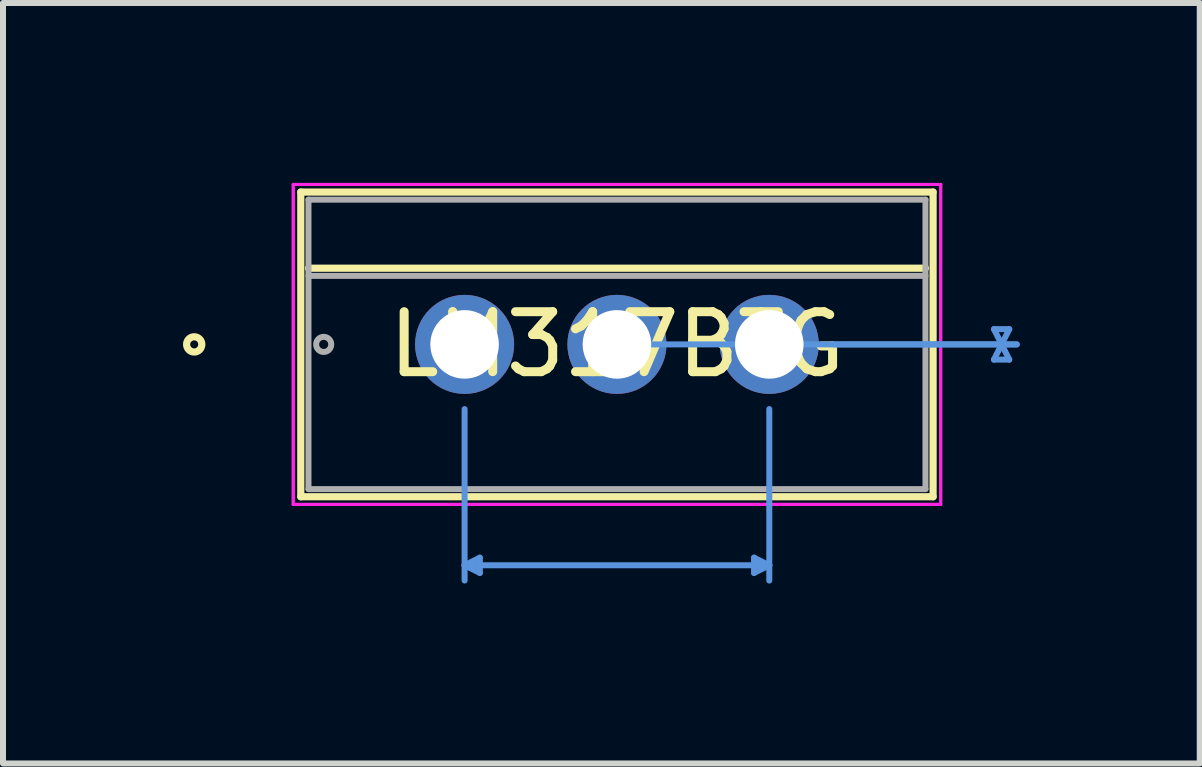
<source format=kicad_pcb>
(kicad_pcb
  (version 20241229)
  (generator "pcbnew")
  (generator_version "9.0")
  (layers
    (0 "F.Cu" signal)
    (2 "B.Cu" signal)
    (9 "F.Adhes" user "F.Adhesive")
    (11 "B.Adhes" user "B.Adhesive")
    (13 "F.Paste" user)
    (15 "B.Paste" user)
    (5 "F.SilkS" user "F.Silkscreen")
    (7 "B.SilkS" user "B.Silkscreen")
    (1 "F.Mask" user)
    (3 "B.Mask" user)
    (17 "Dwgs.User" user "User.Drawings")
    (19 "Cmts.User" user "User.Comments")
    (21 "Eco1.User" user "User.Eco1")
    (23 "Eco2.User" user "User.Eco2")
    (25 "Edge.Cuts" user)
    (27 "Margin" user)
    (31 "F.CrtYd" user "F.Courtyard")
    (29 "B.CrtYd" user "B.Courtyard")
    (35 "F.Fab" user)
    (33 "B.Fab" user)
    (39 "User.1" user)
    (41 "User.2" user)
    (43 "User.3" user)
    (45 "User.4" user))
  (footprint "LM317BTG"
    (layer "F.Cu")
    (at 4.696 2.692)
    (property "Reference" "LM317BTG" (at 2.54 0 0) (layer "F.SilkS") (effects (font (size 1 1) (thickness 0.15))))
    (attr through_hole)
    (fp_line (start -2.731 -2.54) (end -2.731 2.54) (stroke (width 0.12) (type solid)) (layer "F.SilkS"))
    (fp_line (start -2.731 2.54) (end 7.811 2.54) (stroke (width 0.12) (type solid)) (layer "F.SilkS"))
    (fp_line (start -2.603 -1.27) (end 7.684 -1.27) (stroke (width 0.12) (type solid)) (layer "F.SilkS"))
    (fp_line (start 7.811 -2.54) (end -2.731 -2.54) (stroke (width 0.12) (type solid)) (layer "F.SilkS"))
    (fp_line (start 7.811 2.54) (end 7.811 -2.54) (stroke (width 0.12) (type solid)) (layer "F.SilkS"))
    (fp_circle (center -4.508 0) (end -4.381 0) (stroke (width 0.12) (type solid)) (fill no) (layer "F.SilkS"))
    (fp_line (start 0 1.079) (end 0 3.937) (stroke (width 0.1) (type solid)) (layer "Cmts.User"))
    (fp_line (start 0 3.683) (end 0.254 3.556) (stroke (width 0.1) (type solid)) (layer "Cmts.User"))
    (fp_line (start 0.254 3.556) (end 0.254 3.81) (stroke (width 0.1) (type solid)) (layer "Cmts.User"))
    (fp_line (start 0.254 3.81) (end 0 3.683) (stroke (width 0.1) (type solid)) (layer "Cmts.User"))
    (fp_line (start 2.794 0) (end 9.207 0) (stroke (width 0.1) (type solid)) (layer "Cmts.User"))
    (fp_line (start 4.826 3.556) (end 4.826 3.81) (stroke (width 0.1) (type solid)) (layer "Cmts.User"))
    (fp_line (start 4.826 3.81) (end 5.08 3.683) (stroke (width 0.1) (type solid)) (layer "Cmts.User"))
    (fp_line (start 5.08 1.079) (end 5.08 3.937) (stroke (width 0.1) (type solid)) (layer "Cmts.User"))
    (fp_line (start 5.08 3.683) (end 0 3.683) (stroke (width 0.1) (type solid)) (layer "Cmts.User"))
    (fp_line (start 5.08 3.683) (end 4.826 3.556) (stroke (width 0.1) (type solid)) (layer "Cmts.User"))
    (fp_line (start 6.16 0) (end 9.207 0) (stroke (width 0.1) (type solid)) (layer "Cmts.User"))
    (fp_line (start 8.826 -0.254) (end 9.081 -0.254) (stroke (width 0.1) (type solid)) (layer "Cmts.User"))
    (fp_line (start 8.826 0.254) (end 9.081 0.254) (stroke (width 0.1) (type solid)) (layer "Cmts.User"))
    (fp_line (start 8.954 0) (end 8.826 -0.254) (stroke (width 0.1) (type solid)) (layer "Cmts.User"))
    (fp_line (start 8.954 0) (end 8.826 0.254) (stroke (width 0.1) (type solid)) (layer "Cmts.User"))
    (fp_line (start 8.954 0) (end 8.954 0) (stroke (width 0.1) (type solid)) (layer "Cmts.User"))
    (fp_line (start 9.081 -0.254) (end 8.954 0) (stroke (width 0.1) (type solid)) (layer "Cmts.User"))
    (fp_line (start 9.081 0.254) (end 8.954 0) (stroke (width 0.1) (type solid)) (layer "Cmts.User"))
    (fp_line (start -2.857 -2.667) (end -2.857 2.667) (stroke (width 0.05) (type solid)) (layer "F.CrtYd"))
    (fp_line (start -2.857 -2.667) (end -2.857 2.667) (stroke (width 0.05) (type solid)) (layer "F.CrtYd"))
    (fp_line (start -2.857 2.667) (end 7.938 2.667) (stroke (width 0.05) (type solid)) (layer "F.CrtYd"))
    (fp_line (start -2.857 2.667) (end 7.938 2.667) (stroke (width 0.05) (type solid)) (layer "F.CrtYd"))
    (fp_line (start 7.938 -2.667) (end -2.857 -2.667) (stroke (width 0.05) (type solid)) (layer "F.CrtYd"))
    (fp_line (start 7.938 -2.667) (end -2.857 -2.667) (stroke (width 0.05) (type solid)) (layer "F.CrtYd"))
    (fp_line (start 7.938 2.667) (end 7.938 -2.667) (stroke (width 0.05) (type solid)) (layer "F.CrtYd"))
    (fp_line (start 7.938 2.667) (end 7.938 -2.667) (stroke (width 0.05) (type solid)) (layer "F.CrtYd"))
    (fp_line (start -2.603 -2.413) (end -2.603 2.413) (stroke (width 0.1) (type solid)) (layer "F.Fab"))
    (fp_line (start -2.603 -1.143) (end 7.684 -1.143) (stroke (width 0.1) (type solid)) (layer "F.Fab"))
    (fp_line (start -2.603 2.413) (end 7.684 2.413) (stroke (width 0.1) (type solid)) (layer "F.Fab"))
    (fp_line (start 7.684 -2.413) (end -2.603 -2.413) (stroke (width 0.1) (type solid)) (layer "F.Fab"))
    (fp_line (start 7.684 2.413) (end 7.684 -2.413) (stroke (width 0.1) (type solid)) (layer "F.Fab"))
    (fp_circle (center -2.349 0) (end -2.223 0) (stroke (width 0.1) (type solid)) (fill no) (layer "F.Fab"))
    (pad "1" thru_hole circle (at 0 0) (size 1.651 1.651) (drill 1.143) (layers "*.Cu" "*.Mask"))
    (pad "2" thru_hole circle (at 2.54 0) (size 1.651 1.651) (drill 1.143) (layers "*.Cu" "*.Mask"))
    (pad "3" thru_hole circle (at 5.08 0) (size 1.651 1.651) (drill 1.143) (layers "*.Cu" "*.Mask")))
  (gr_rect
    (start -3 -3)
    (end 16.953 9.679)
    (stroke (width 0.1) (type default))
    (fill no)
    (layer "Edge.Cuts")))
</source>
